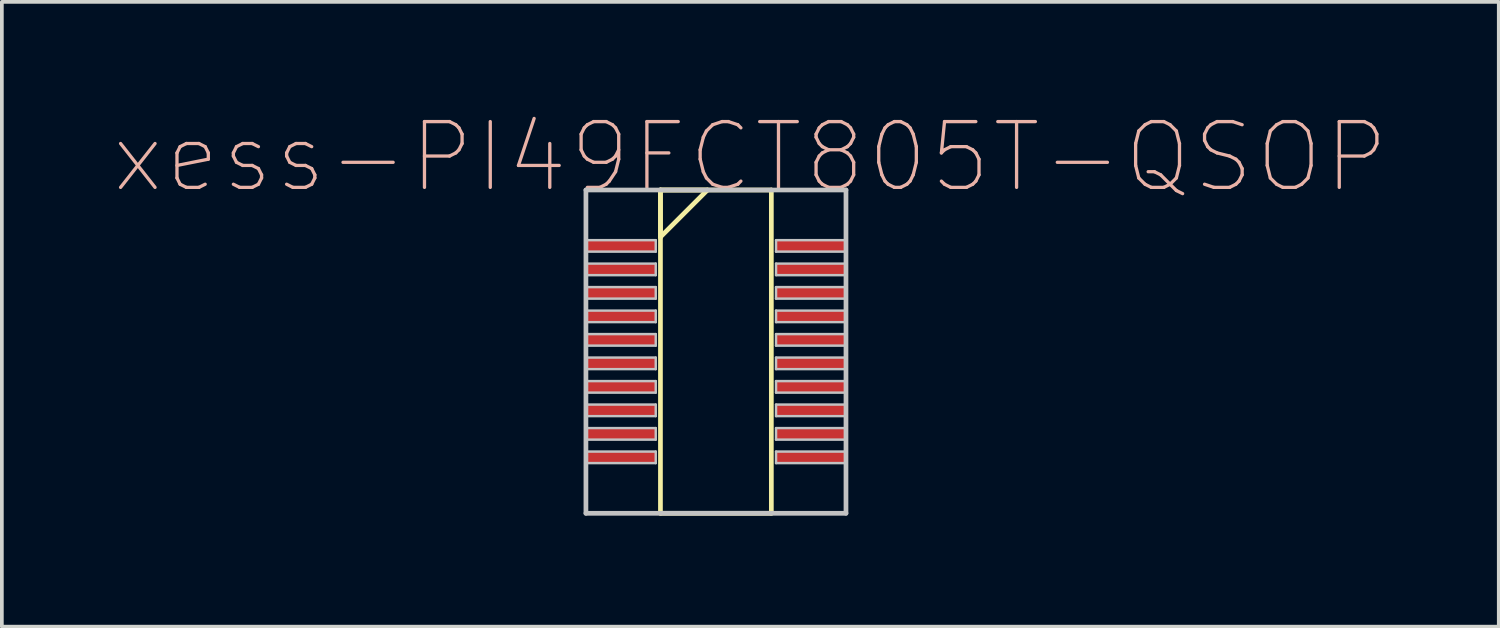
<source format=kicad_pcb>
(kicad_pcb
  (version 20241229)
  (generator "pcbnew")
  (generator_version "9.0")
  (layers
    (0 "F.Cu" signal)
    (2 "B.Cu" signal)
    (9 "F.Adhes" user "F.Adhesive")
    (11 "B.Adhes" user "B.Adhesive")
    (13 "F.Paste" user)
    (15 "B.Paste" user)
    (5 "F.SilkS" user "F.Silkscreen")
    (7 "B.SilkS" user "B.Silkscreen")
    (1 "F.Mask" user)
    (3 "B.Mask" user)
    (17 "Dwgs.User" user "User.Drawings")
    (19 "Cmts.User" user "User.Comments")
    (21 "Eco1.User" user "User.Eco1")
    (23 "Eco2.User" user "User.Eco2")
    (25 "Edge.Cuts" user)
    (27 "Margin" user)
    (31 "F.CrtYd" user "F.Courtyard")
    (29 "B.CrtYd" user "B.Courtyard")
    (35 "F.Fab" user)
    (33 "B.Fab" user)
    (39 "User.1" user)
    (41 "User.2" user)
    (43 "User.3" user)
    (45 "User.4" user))
  (footprint "xess-PI49FCT805T-QSOP"
    (layer "F.Cu")
    (at 13.839 3.596)
    (property "Reference" "xess-PI49FCT805T-QSOP" (at 3.388 -2.4 0) (layer "B.SilkS") (effects (font (size 1.778 1.778) (thickness 0.089))))
    (attr smd)
    (fp_line (start 0.96 -1.511) (end 0.96 -0.241) (stroke (width 0.127) (type solid)) (layer "F.SilkS"))
    (fp_line (start 0.96 -1.511) (end 0.96 7.226) (stroke (width 0.127) (type solid)) (layer "F.SilkS"))
    (fp_line (start 0.96 -0.241) (end 2.23 -1.511) (stroke (width 0.127) (type solid)) (layer "F.SilkS"))
    (fp_line (start 0.96 7.226) (end 3.957 7.226) (stroke (width 0.127) (type solid)) (layer "F.SilkS"))
    (fp_line (start 2.23 -1.511) (end 0.96 -1.511) (stroke (width 0.127) (type solid)) (layer "F.SilkS"))
    (fp_line (start 3.957 -1.511) (end 0.96 -1.511) (stroke (width 0.127) (type solid)) (layer "F.SilkS"))
    (fp_line (start 3.957 7.226) (end 3.957 -1.511) (stroke (width 0.127) (type solid)) (layer "F.SilkS"))
    (fp_line (start -1.054 -1.511) (end -1.054 7.226) (stroke (width 0.127) (type solid)) (layer "Dwgs.User"))
    (fp_line (start -1.054 -0.155) (end 0.833 -0.155) (stroke (width 0.066) (type solid)) (layer "Dwgs.User"))
    (fp_line (start -1.054 0.155) (end -1.054 -0.155) (stroke (width 0.066) (type solid)) (layer "Dwgs.User"))
    (fp_line (start -1.054 0.155) (end 0.833 0.155) (stroke (width 0.066) (type solid)) (layer "Dwgs.User"))
    (fp_line (start -1.054 0.478) (end 0.833 0.478) (stroke (width 0.066) (type solid)) (layer "Dwgs.User"))
    (fp_line (start -1.054 0.79) (end -1.054 0.478) (stroke (width 0.066) (type solid)) (layer "Dwgs.User"))
    (fp_line (start -1.054 0.79) (end 0.833 0.79) (stroke (width 0.066) (type solid)) (layer "Dwgs.User"))
    (fp_line (start -1.054 1.113) (end 0.833 1.113) (stroke (width 0.066) (type solid)) (layer "Dwgs.User"))
    (fp_line (start -1.054 1.425) (end -1.054 1.113) (stroke (width 0.066) (type solid)) (layer "Dwgs.User"))
    (fp_line (start -1.054 1.425) (end 0.833 1.425) (stroke (width 0.066) (type solid)) (layer "Dwgs.User"))
    (fp_line (start -1.054 1.748) (end 0.833 1.748) (stroke (width 0.066) (type solid)) (layer "Dwgs.User"))
    (fp_line (start -1.054 2.06) (end -1.054 1.748) (stroke (width 0.066) (type solid)) (layer "Dwgs.User"))
    (fp_line (start -1.054 2.06) (end 0.833 2.06) (stroke (width 0.066) (type solid)) (layer "Dwgs.User"))
    (fp_line (start -1.054 2.383) (end 0.833 2.383) (stroke (width 0.066) (type solid)) (layer "Dwgs.User"))
    (fp_line (start -1.054 2.695) (end -1.054 2.383) (stroke (width 0.066) (type solid)) (layer "Dwgs.User"))
    (fp_line (start -1.054 2.695) (end 0.833 2.695) (stroke (width 0.066) (type solid)) (layer "Dwgs.User"))
    (fp_line (start -1.054 3.018) (end 0.833 3.018) (stroke (width 0.066) (type solid)) (layer "Dwgs.User"))
    (fp_line (start -1.054 3.33) (end -1.054 3.018) (stroke (width 0.066) (type solid)) (layer "Dwgs.User"))
    (fp_line (start -1.054 3.33) (end 0.833 3.33) (stroke (width 0.066) (type solid)) (layer "Dwgs.User"))
    (fp_line (start -1.054 3.653) (end 0.833 3.653) (stroke (width 0.066) (type solid)) (layer "Dwgs.User"))
    (fp_line (start -1.054 3.965) (end -1.054 3.653) (stroke (width 0.066) (type solid)) (layer "Dwgs.User"))
    (fp_line (start -1.054 3.965) (end 0.833 3.965) (stroke (width 0.066) (type solid)) (layer "Dwgs.User"))
    (fp_line (start -1.054 4.288) (end 0.833 4.288) (stroke (width 0.066) (type solid)) (layer "Dwgs.User"))
    (fp_line (start -1.054 4.6) (end -1.054 4.288) (stroke (width 0.066) (type solid)) (layer "Dwgs.User"))
    (fp_line (start -1.054 4.6) (end 0.833 4.6) (stroke (width 0.066) (type solid)) (layer "Dwgs.User"))
    (fp_line (start -1.054 4.923) (end 0.833 4.923) (stroke (width 0.066) (type solid)) (layer "Dwgs.User"))
    (fp_line (start -1.054 5.235) (end -1.054 4.923) (stroke (width 0.066) (type solid)) (layer "Dwgs.User"))
    (fp_line (start -1.054 5.235) (end 0.833 5.235) (stroke (width 0.066) (type solid)) (layer "Dwgs.User"))
    (fp_line (start -1.054 5.558) (end 0.833 5.558) (stroke (width 0.066) (type solid)) (layer "Dwgs.User"))
    (fp_line (start -1.054 5.87) (end -1.054 5.558) (stroke (width 0.066) (type solid)) (layer "Dwgs.User"))
    (fp_line (start -1.054 5.87) (end 0.833 5.87) (stroke (width 0.066) (type solid)) (layer "Dwgs.User"))
    (fp_line (start -1.054 7.226) (end 5.974 7.226) (stroke (width 0.127) (type solid)) (layer "Dwgs.User"))
    (fp_line (start 0.833 0.155) (end 0.833 -0.155) (stroke (width 0.066) (type solid)) (layer "Dwgs.User"))
    (fp_line (start 0.833 0.79) (end 0.833 0.478) (stroke (width 0.066) (type solid)) (layer "Dwgs.User"))
    (fp_line (start 0.833 1.425) (end 0.833 1.113) (stroke (width 0.066) (type solid)) (layer "Dwgs.User"))
    (fp_line (start 0.833 2.06) (end 0.833 1.748) (stroke (width 0.066) (type solid)) (layer "Dwgs.User"))
    (fp_line (start 0.833 2.695) (end 0.833 2.383) (stroke (width 0.066) (type solid)) (layer "Dwgs.User"))
    (fp_line (start 0.833 3.33) (end 0.833 3.018) (stroke (width 0.066) (type solid)) (layer "Dwgs.User"))
    (fp_line (start 0.833 3.965) (end 0.833 3.653) (stroke (width 0.066) (type solid)) (layer "Dwgs.User"))
    (fp_line (start 0.833 4.6) (end 0.833 4.288) (stroke (width 0.066) (type solid)) (layer "Dwgs.User"))
    (fp_line (start 0.833 5.235) (end 0.833 4.923) (stroke (width 0.066) (type solid)) (layer "Dwgs.User"))
    (fp_line (start 0.833 5.87) (end 0.833 5.558) (stroke (width 0.066) (type solid)) (layer "Dwgs.User"))
    (fp_line (start 4.084 -0.155) (end 5.974 -0.155) (stroke (width 0.066) (type solid)) (layer "Dwgs.User"))
    (fp_line (start 4.084 0.155) (end 4.084 -0.155) (stroke (width 0.066) (type solid)) (layer "Dwgs.User"))
    (fp_line (start 4.084 0.155) (end 5.974 0.155) (stroke (width 0.066) (type solid)) (layer "Dwgs.User"))
    (fp_line (start 4.084 0.478) (end 5.974 0.478) (stroke (width 0.066) (type solid)) (layer "Dwgs.User"))
    (fp_line (start 4.084 0.79) (end 4.084 0.478) (stroke (width 0.066) (type solid)) (layer "Dwgs.User"))
    (fp_line (start 4.084 0.79) (end 5.974 0.79) (stroke (width 0.066) (type solid)) (layer "Dwgs.User"))
    (fp_line (start 4.084 1.113) (end 5.974 1.113) (stroke (width 0.066) (type solid)) (layer "Dwgs.User"))
    (fp_line (start 4.084 1.425) (end 4.084 1.113) (stroke (width 0.066) (type solid)) (layer "Dwgs.User"))
    (fp_line (start 4.084 1.425) (end 5.974 1.425) (stroke (width 0.066) (type solid)) (layer "Dwgs.User"))
    (fp_line (start 4.084 1.748) (end 5.974 1.748) (stroke (width 0.066) (type solid)) (layer "Dwgs.User"))
    (fp_line (start 4.084 2.06) (end 4.084 1.748) (stroke (width 0.066) (type solid)) (layer "Dwgs.User"))
    (fp_line (start 4.084 2.06) (end 5.974 2.06) (stroke (width 0.066) (type solid)) (layer "Dwgs.User"))
    (fp_line (start 4.084 2.383) (end 5.974 2.383) (stroke (width 0.066) (type solid)) (layer "Dwgs.User"))
    (fp_line (start 4.084 2.695) (end 4.084 2.383) (stroke (width 0.066) (type solid)) (layer "Dwgs.User"))
    (fp_line (start 4.084 2.695) (end 5.974 2.695) (stroke (width 0.066) (type solid)) (layer "Dwgs.User"))
    (fp_line (start 4.084 3.018) (end 5.974 3.018) (stroke (width 0.066) (type solid)) (layer "Dwgs.User"))
    (fp_line (start 4.084 3.33) (end 4.084 3.018) (stroke (width 0.066) (type solid)) (layer "Dwgs.User"))
    (fp_line (start 4.084 3.33) (end 5.974 3.33) (stroke (width 0.066) (type solid)) (layer "Dwgs.User"))
    (fp_line (start 4.084 3.653) (end 5.974 3.653) (stroke (width 0.066) (type solid)) (layer "Dwgs.User"))
    (fp_line (start 4.084 3.965) (end 4.084 3.653) (stroke (width 0.066) (type solid)) (layer "Dwgs.User"))
    (fp_line (start 4.084 3.965) (end 5.974 3.965) (stroke (width 0.066) (type solid)) (layer "Dwgs.User"))
    (fp_line (start 4.084 4.288) (end 5.974 4.288) (stroke (width 0.066) (type solid)) (layer "Dwgs.User"))
    (fp_line (start 4.084 4.6) (end 4.084 4.288) (stroke (width 0.066) (type solid)) (layer "Dwgs.User"))
    (fp_line (start 4.084 4.6) (end 5.974 4.6) (stroke (width 0.066) (type solid)) (layer "Dwgs.User"))
    (fp_line (start 4.084 4.923) (end 5.974 4.923) (stroke (width 0.066) (type solid)) (layer "Dwgs.User"))
    (fp_line (start 4.084 5.235) (end 4.084 4.923) (stroke (width 0.066) (type solid)) (layer "Dwgs.User"))
    (fp_line (start 4.084 5.235) (end 5.974 5.235) (stroke (width 0.066) (type solid)) (layer "Dwgs.User"))
    (fp_line (start 4.084 5.558) (end 5.974 5.558) (stroke (width 0.066) (type solid)) (layer "Dwgs.User"))
    (fp_line (start 4.084 5.87) (end 4.084 5.558) (stroke (width 0.066) (type solid)) (layer "Dwgs.User"))
    (fp_line (start 4.084 5.87) (end 5.974 5.87) (stroke (width 0.066) (type solid)) (layer "Dwgs.User"))
    (fp_line (start 5.974 -1.511) (end -1.054 -1.511) (stroke (width 0.127) (type solid)) (layer "Dwgs.User"))
    (fp_line (start 5.974 0.155) (end 5.974 -0.155) (stroke (width 0.066) (type solid)) (layer "Dwgs.User"))
    (fp_line (start 5.974 0.79) (end 5.974 0.478) (stroke (width 0.066) (type solid)) (layer "Dwgs.User"))
    (fp_line (start 5.974 1.425) (end 5.974 1.113) (stroke (width 0.066) (type solid)) (layer "Dwgs.User"))
    (fp_line (start 5.974 2.06) (end 5.974 1.748) (stroke (width 0.066) (type solid)) (layer "Dwgs.User"))
    (fp_line (start 5.974 2.695) (end 5.974 2.383) (stroke (width 0.066) (type solid)) (layer "Dwgs.User"))
    (fp_line (start 5.974 3.33) (end 5.974 3.018) (stroke (width 0.066) (type solid)) (layer "Dwgs.User"))
    (fp_line (start 5.974 3.965) (end 5.974 3.653) (stroke (width 0.066) (type solid)) (layer "Dwgs.User"))
    (fp_line (start 5.974 4.6) (end 5.974 4.288) (stroke (width 0.066) (type solid)) (layer "Dwgs.User"))
    (fp_line (start 5.974 5.235) (end 5.974 4.923) (stroke (width 0.066) (type solid)) (layer "Dwgs.User"))
    (fp_line (start 5.974 5.87) (end 5.974 5.558) (stroke (width 0.066) (type solid)) (layer "Dwgs.User"))
    (fp_line (start 5.974 7.226) (end 5.974 -1.511) (stroke (width 0.127) (type solid)) (layer "Dwgs.User"))
    (pad "1" smd rect (at -0.109 0) (size 1.89 0.31) (layers "F.Cu" "F.Mask" "F.Paste"))
    (pad "2" smd rect (at -0.109 0.635) (size 1.89 0.31) (layers "F.Cu" "F.Mask" "F.Paste"))
    (pad "3" smd rect (at -0.109 1.27) (size 1.89 0.31) (layers "F.Cu" "F.Mask" "F.Paste"))
    (pad "4" smd rect (at -0.109 1.905) (size 1.89 0.31) (layers "F.Cu" "F.Mask" "F.Paste"))
    (pad "5" smd rect (at -0.109 2.54) (size 1.89 0.31) (layers "F.Cu" "F.Mask" "F.Paste"))
    (pad "6" smd rect (at -0.109 3.175) (size 1.89 0.31) (layers "F.Cu" "F.Mask" "F.Paste"))
    (pad "7" smd rect (at -0.109 3.81) (size 1.89 0.31) (layers "F.Cu" "F.Mask" "F.Paste"))
    (pad "8" smd rect (at -0.109 4.445) (size 1.89 0.31) (layers "F.Cu" "F.Mask" "F.Paste"))
    (pad "9" smd rect (at -0.109 5.08) (size 1.89 0.31) (layers "F.Cu" "F.Mask" "F.Paste"))
    (pad "10" smd rect (at -0.109 5.715) (size 1.89 0.31) (layers "F.Cu" "F.Mask" "F.Paste"))
    (pad "11" smd rect (at 5.029 5.715) (size 1.89 0.31) (layers "F.Cu" "F.Mask" "F.Paste"))
    (pad "12" smd rect (at 5.029 5.08) (size 1.89 0.31) (layers "F.Cu" "F.Mask" "F.Paste"))
    (pad "13" smd rect (at 5.029 4.445) (size 1.89 0.31) (layers "F.Cu" "F.Mask" "F.Paste"))
    (pad "14" smd rect (at 5.029 3.81) (size 1.89 0.31) (layers "F.Cu" "F.Mask" "F.Paste"))
    (pad "15" smd rect (at 5.029 3.175) (size 1.89 0.31) (layers "F.Cu" "F.Mask" "F.Paste"))
    (pad "16" smd rect (at 5.029 2.54) (size 1.89 0.31) (layers "F.Cu" "F.Mask" "F.Paste"))
    (pad "17" smd rect (at 5.029 1.905) (size 1.89 0.31) (layers "F.Cu" "F.Mask" "F.Paste"))
    (pad "18" smd rect (at 5.029 1.27) (size 1.89 0.31) (layers "F.Cu" "F.Mask" "F.Paste"))
    (pad "19" smd rect (at 5.029 0.635) (size 1.89 0.31) (layers "F.Cu" "F.Mask" "F.Paste"))
    (pad "20" smd rect (at 5.029 0) (size 1.89 0.31) (layers "F.Cu" "F.Mask" "F.Paste")))
  (gr_rect
    (start -3 -3)
    (end 37.455 13.886)
    (stroke (width 0.1) (type default))
    (fill no)
    (layer "Edge.Cuts")))
</source>
